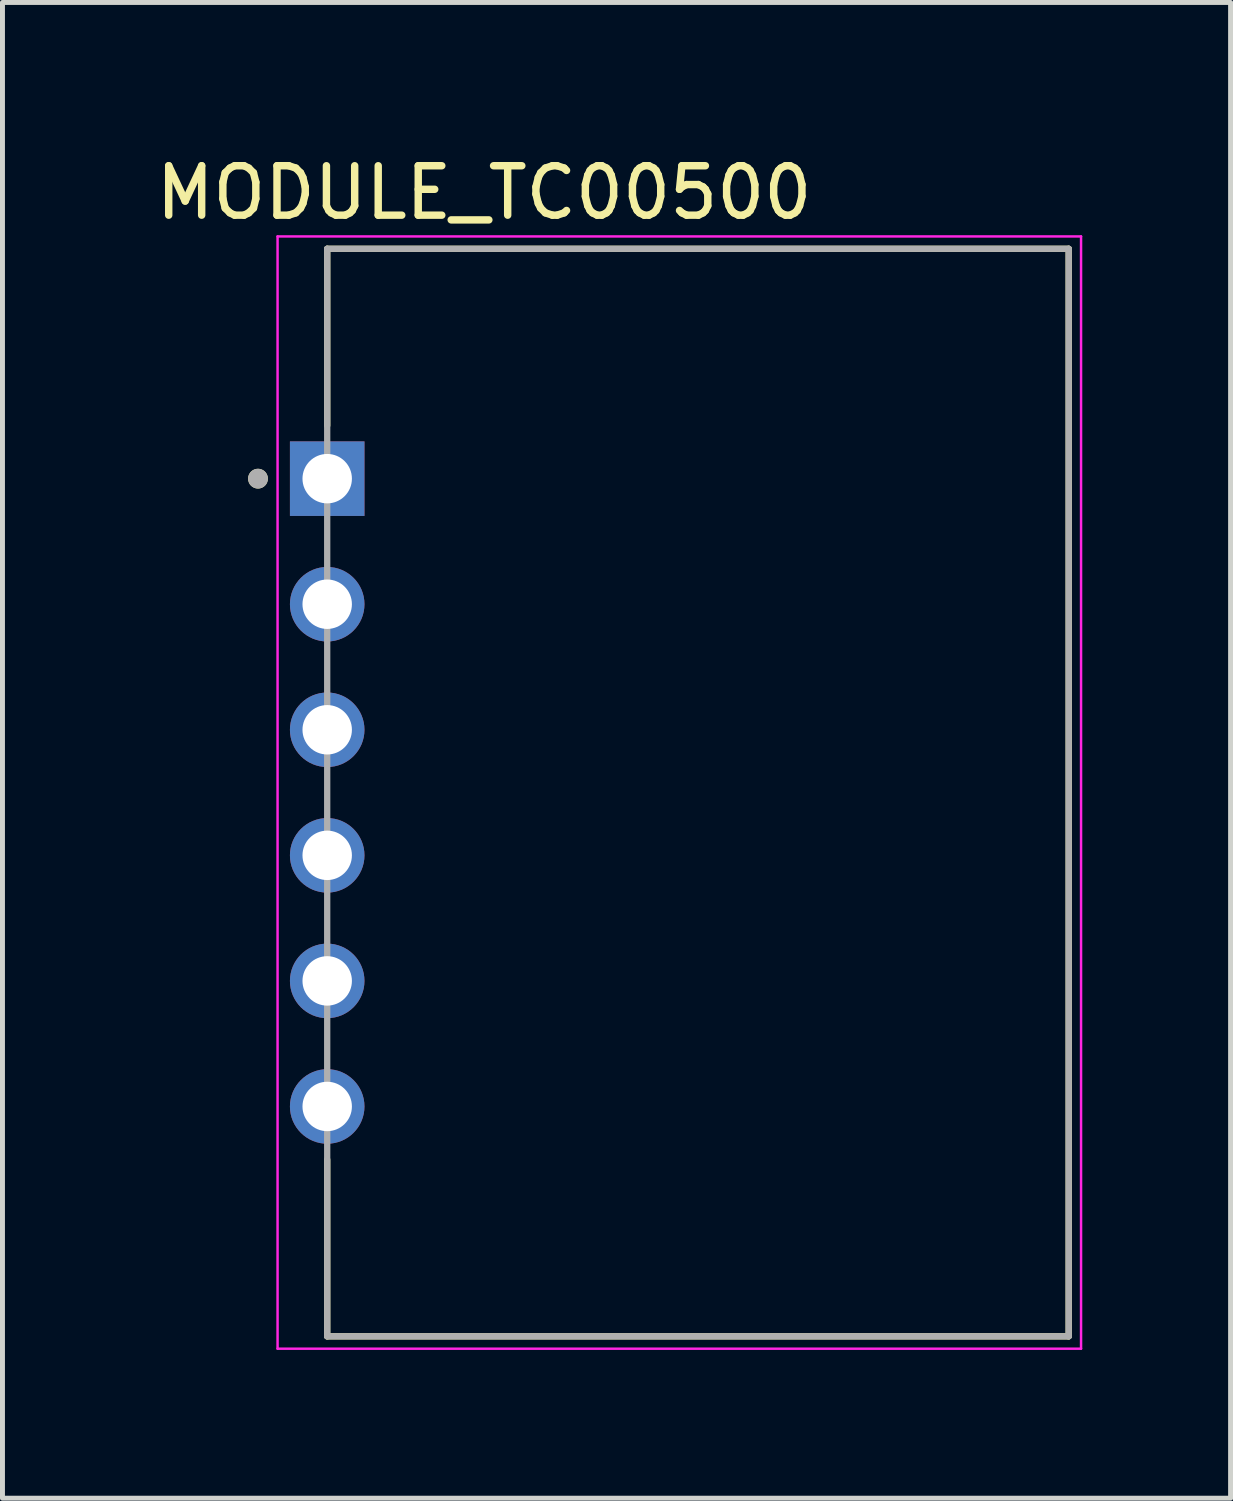
<source format=kicad_pcb>
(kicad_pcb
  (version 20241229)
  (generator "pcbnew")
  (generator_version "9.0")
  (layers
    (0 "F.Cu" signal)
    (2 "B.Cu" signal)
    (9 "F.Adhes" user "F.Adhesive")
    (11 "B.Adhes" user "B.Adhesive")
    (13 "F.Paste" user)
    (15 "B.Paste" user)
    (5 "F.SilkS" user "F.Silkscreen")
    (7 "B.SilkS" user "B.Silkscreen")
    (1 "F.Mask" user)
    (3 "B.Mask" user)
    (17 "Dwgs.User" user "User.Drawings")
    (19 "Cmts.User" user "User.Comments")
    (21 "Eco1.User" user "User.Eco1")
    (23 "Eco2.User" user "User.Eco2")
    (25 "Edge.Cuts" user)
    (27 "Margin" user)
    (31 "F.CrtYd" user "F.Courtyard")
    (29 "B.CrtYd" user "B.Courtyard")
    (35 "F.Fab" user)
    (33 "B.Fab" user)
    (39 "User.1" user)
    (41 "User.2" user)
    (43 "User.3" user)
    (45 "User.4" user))
  (footprint "MODULE_TC00500"
    (layer "F.Cu")
    (at 3.569 12.983)
    (property "Reference" "MODULE_TC00500" (at 3.175 -12.135 0) (layer "F.SilkS") (effects (font (size 1 1) (thickness 0.15))))
    (attr through_hole)
    (fp_line (start 0 -11) (end 15 -11) (stroke (width 0.127) (type solid)) (layer "F.SilkS"))
    (fp_line (start 0 -7.424) (end 0 -11) (stroke (width 0.127) (type solid)) (layer "F.SilkS"))
    (fp_line (start 0 11) (end 0 7.424) (stroke (width 0.127) (type solid)) (layer "F.SilkS"))
    (fp_line (start 15 -11) (end 15 11) (stroke (width 0.127) (type solid)) (layer "F.SilkS"))
    (fp_line (start 15 11) (end 0 11) (stroke (width 0.127) (type solid)) (layer "F.SilkS"))
    (fp_circle (center -1.4 -6.35) (end -1.3 -6.35) (stroke (width 0.2) (type solid)) (fill no) (layer "F.SilkS"))
    (fp_line (start -1.004 -11.25) (end 15.25 -11.25) (stroke (width 0.05) (type solid)) (layer "F.CrtYd"))
    (fp_line (start -1.004 11.25) (end -1.004 -11.25) (stroke (width 0.05) (type solid)) (layer "F.CrtYd"))
    (fp_line (start 15.25 -11.25) (end 15.25 11.25) (stroke (width 0.05) (type solid)) (layer "F.CrtYd"))
    (fp_line (start 15.25 11.25) (end -1.004 11.25) (stroke (width 0.05) (type solid)) (layer "F.CrtYd"))
    (fp_line (start 0 -11) (end 15 -11) (stroke (width 0.127) (type solid)) (layer "F.Fab"))
    (fp_line (start 0 11) (end 0 -11) (stroke (width 0.127) (type solid)) (layer "F.Fab"))
    (fp_line (start 15 -11) (end 15 11) (stroke (width 0.127) (type solid)) (layer "F.Fab"))
    (fp_line (start 15 11) (end 0 11) (stroke (width 0.127) (type solid)) (layer "F.Fab"))
    (fp_circle (center -1.4 -6.35) (end -1.3 -6.35) (stroke (width 0.2) (type solid)) (fill no) (layer "F.Fab"))
    (pad "1" thru_hole rect (at 0 -6.35) (size 1.508 1.508) (drill 1) (layers "*.Cu" "*.Mask"))
    (pad "2" thru_hole circle (at 0 -3.81) (size 1.508 1.508) (drill 1) (layers "*.Cu" "*.Mask"))
    (pad "3" thru_hole circle (at 0 -1.27) (size 1.508 1.508) (drill 1) (layers "*.Cu" "*.Mask"))
    (pad "4" thru_hole circle (at 0 1.27) (size 1.508 1.508) (drill 1) (layers "*.Cu" "*.Mask"))
    (pad "5" thru_hole circle (at 0 3.81) (size 1.508 1.508) (drill 1) (layers "*.Cu" "*.Mask"))
    (pad "6" thru_hole circle (at 0 6.35) (size 1.508 1.508) (drill 1) (layers "*.Cu" "*.Mask")))
  (gr_rect
    (start -3 -3)
    (end 21.844 27.258)
    (stroke (width 0.1) (type default))
    (fill no)
    (layer "Edge.Cuts")))
</source>
